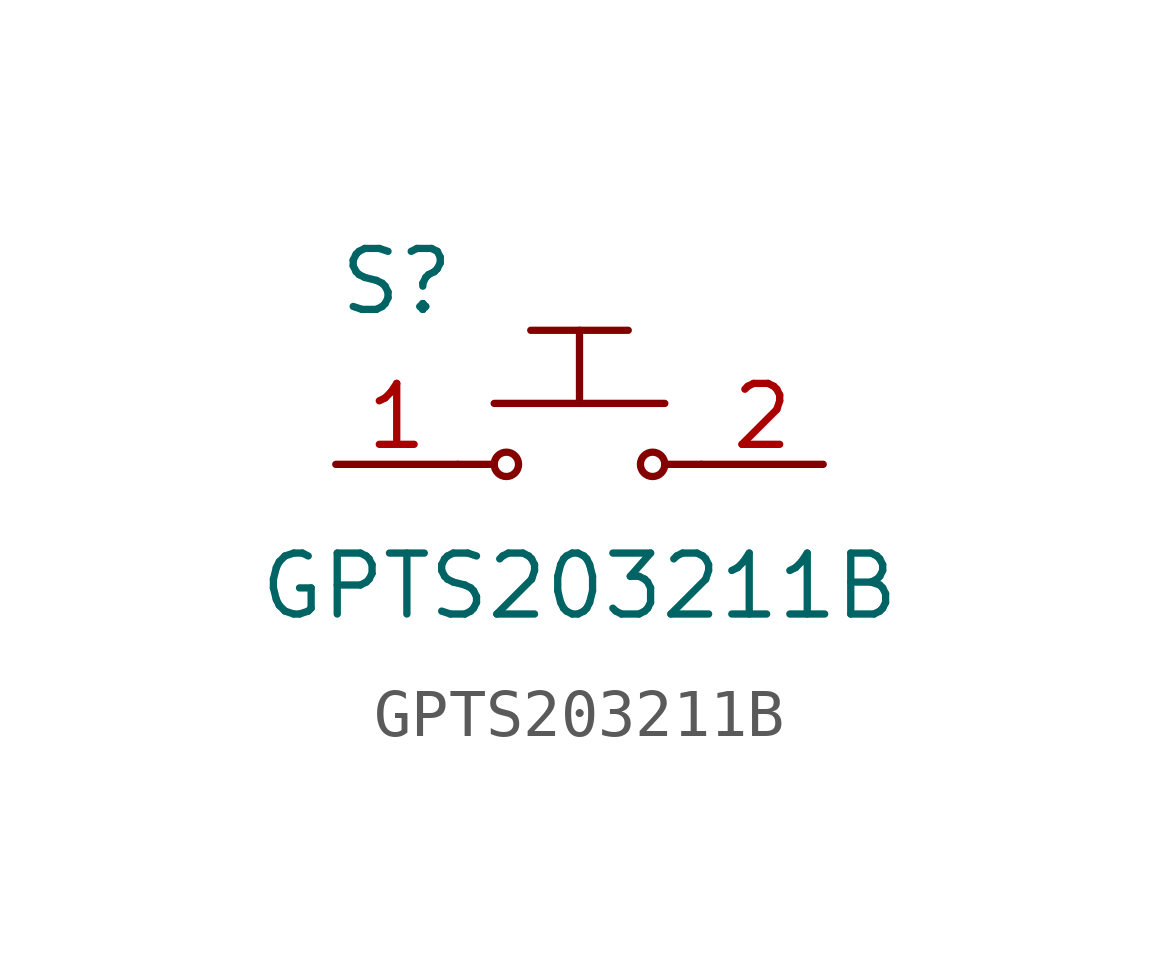
<source format=kicad_sym>
(kicad_symbol_lib
  (version 20220914)
  (generator kicad_symbol_editor)
  (symbol "GPTS203211B"
    (pin_names
      (offset 1.016))
    (property "Reference" "S"
      (at -3.81 3.81 0)
      (effects (font (size 1.27 1.27))))
    (property "Value" "GPTS203211B"
      (at 0 -2.54 0)
      (effects (font (size 1.27 1.27))))
    (symbol "GPTS203211B_0_1"
      (circle (center -1.524 0) (radius 0.254) (stroke (width 0) (type solid)) (fill (type none)))
      (polyline (pts (xy -2.54 0) (xy -1.778 0)) (stroke (width 0) (type solid)) (fill (type none)))
      (polyline (pts (xy -1.778 1.27) (xy 1.778 1.27)) (stroke (width 0) (type solid)) (fill (type none)))
      (polyline (pts (xy -1.016 2.794) (xy 1.016 2.794)) (stroke (width 0) (type solid)) (fill (type none)))
      (polyline (pts (xy 0 1.27) (xy 0 2.794)) (stroke (width 0) (type solid)) (fill (type none)))
      (polyline (pts (xy 2.54 0) (xy 1.778 0)) (stroke (width 0) (type solid)) (fill (type none)))
      (circle (center 1.524 0) (radius 0.254) (stroke (width 0) (type solid)) (fill (type none))))
    (symbol "GPTS203211B_1_1"
      (pin passive line (at -5.08 0 0) (length 2.54) (name "~" (effects (font (size 1.27 1.27)))) (number "1" (effects (font (size 1.27 1.27)))))
      (pin passive line (at 5.08 0 180) (length 2.54) (name "~" (effects (font (size 1.27 1.27)))) (number "2" (effects (font (size 1.27 1.27))))))))
</source>
